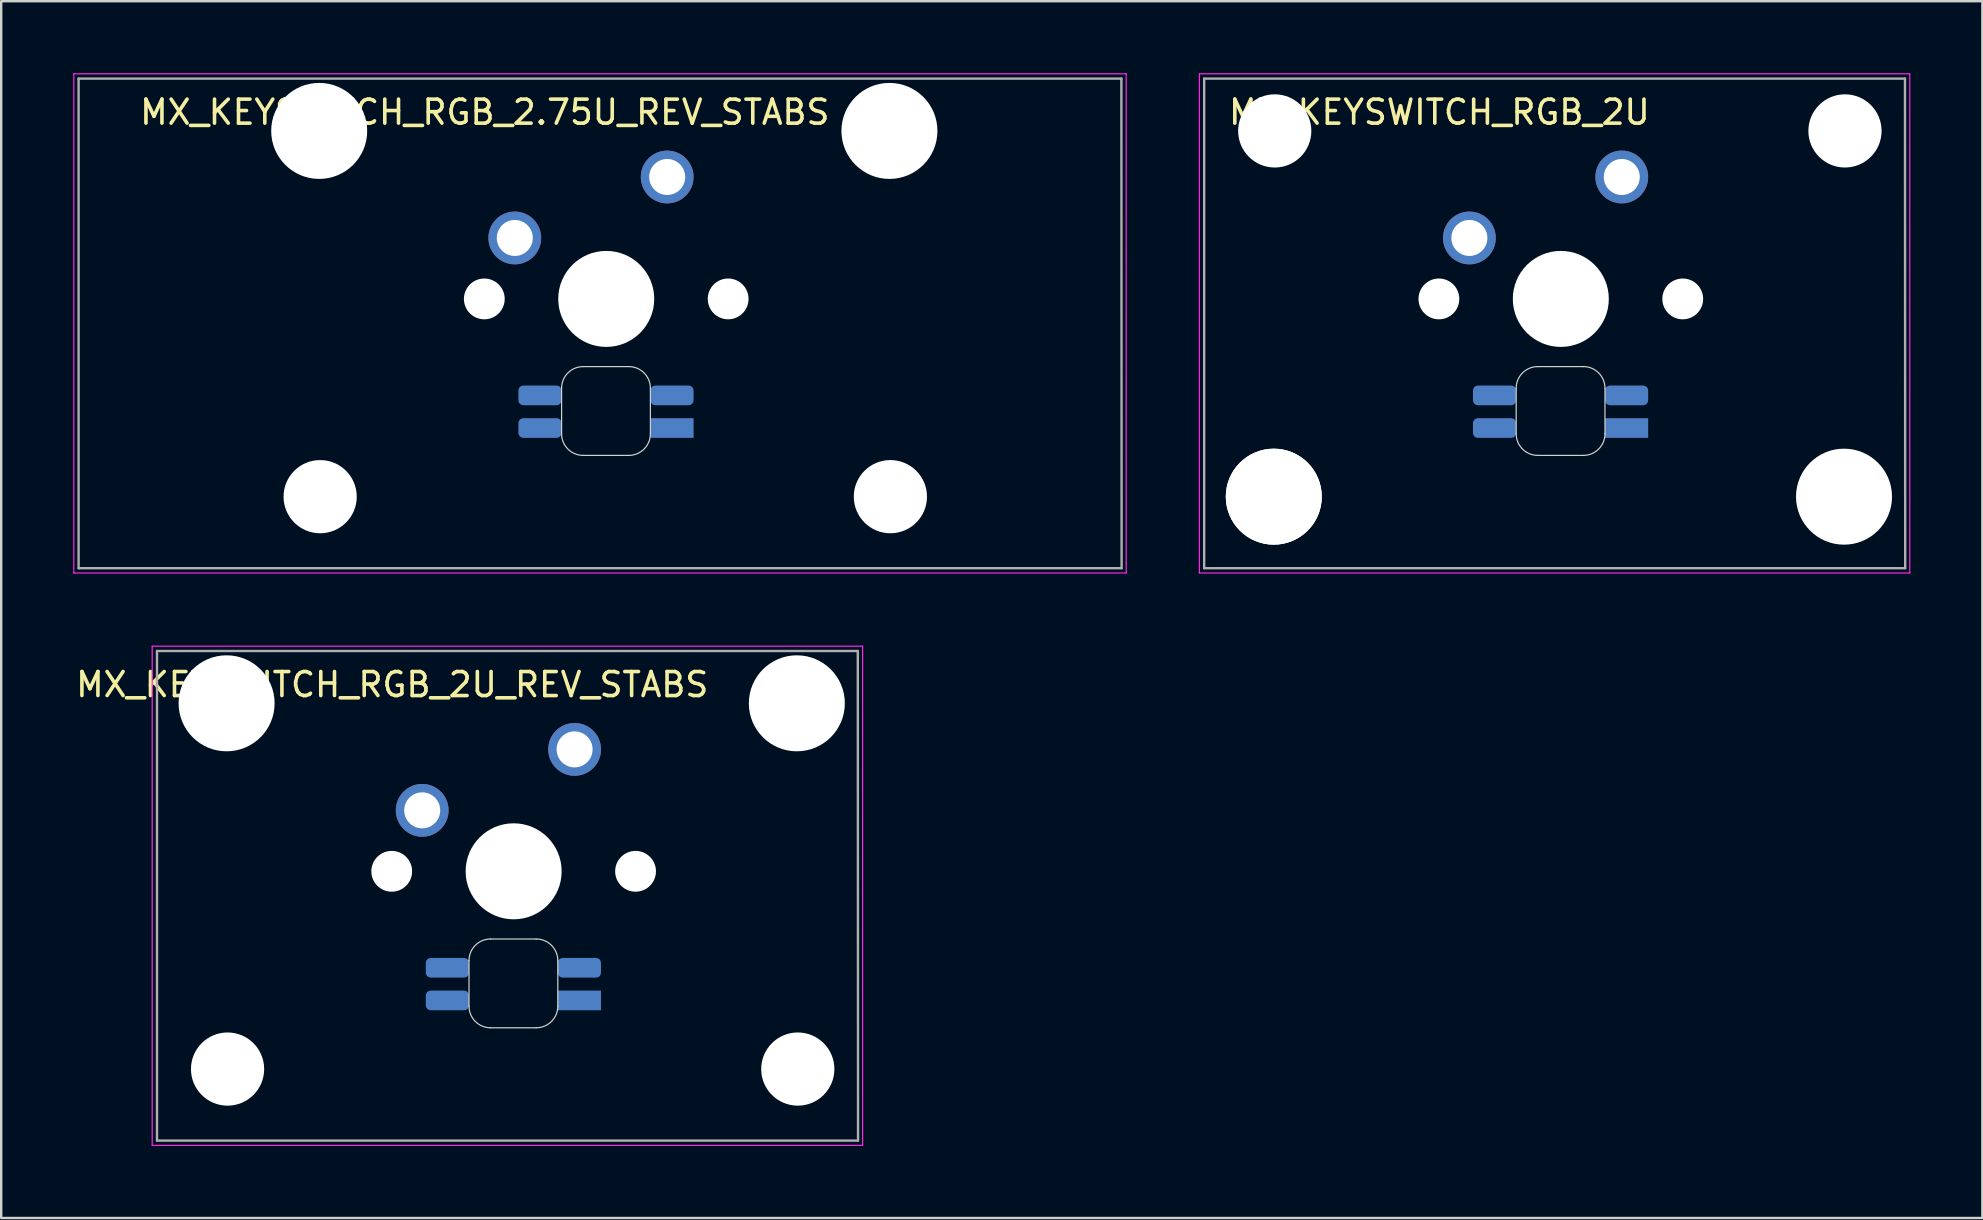
<source format=kicad_pcb>
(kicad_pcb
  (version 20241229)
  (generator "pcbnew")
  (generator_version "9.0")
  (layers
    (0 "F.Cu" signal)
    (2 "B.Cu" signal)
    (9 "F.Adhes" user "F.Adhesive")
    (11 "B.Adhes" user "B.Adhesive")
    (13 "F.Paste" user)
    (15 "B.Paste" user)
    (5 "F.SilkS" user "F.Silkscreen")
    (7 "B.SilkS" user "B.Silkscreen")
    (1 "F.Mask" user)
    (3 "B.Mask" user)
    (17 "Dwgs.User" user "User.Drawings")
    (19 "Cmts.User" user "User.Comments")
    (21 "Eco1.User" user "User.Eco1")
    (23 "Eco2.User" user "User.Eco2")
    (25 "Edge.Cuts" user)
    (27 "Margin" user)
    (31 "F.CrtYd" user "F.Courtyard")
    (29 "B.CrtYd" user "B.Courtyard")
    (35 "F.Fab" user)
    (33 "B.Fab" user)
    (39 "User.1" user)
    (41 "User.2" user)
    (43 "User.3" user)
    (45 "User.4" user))
  (footprint "MX_KEYSWITCH_RGB_2U"
    (layer "F.Cu")
    (at 61.925 9.425)
    (property "Reference" "MX_KEYSWITCH_RGB_2U" (at -5 -7.8 0) (layer "F.SilkS") (effects (font (size 1 1) (thickness 0.15))))
    (attr through_hole)
    (fp_line (start -1.8 3.7) (end -1.8 5.6) (stroke (width 0.05) (type solid)) (layer "Edge.Cuts"))
    (fp_line (start -0.9 6.5) (end 1 6.5) (stroke (width 0.05) (type solid)) (layer "Edge.Cuts"))
    (fp_line (start 1 2.8) (end -0.9 2.8) (stroke (width 0.05) (type solid)) (layer "Edge.Cuts"))
    (fp_line (start 1.9 5.6) (end 1.9 3.7) (stroke (width 0.05) (type solid)) (layer "Edge.Cuts"))
    (fp_arc (start -1.8 3.7) (mid -1.536396 3.063604) (end -0.9 2.8) (stroke (width 0.05) (type solid)) (layer "Edge.Cuts"))
    (fp_arc (start -0.9 6.5) (mid -1.536396 6.236396) (end -1.8 5.6) (stroke (width 0.05) (type solid)) (layer "Edge.Cuts"))
    (fp_arc (start 1 2.8) (mid 1.636396 3.063604) (end 1.9 3.7) (stroke (width 0.05) (type solid)) (layer "Edge.Cuts"))
    (fp_arc (start 1.9 5.6) (mid 1.636396 6.236396) (end 1 6.5) (stroke (width 0.05) (type solid)) (layer "Edge.Cuts"))
    (fp_line (start -15 -9.4) (end 14.6 -9.4) (stroke (width 0.05) (type solid)) (layer "F.CrtYd"))
    (fp_line (start -15 11.4) (end -15 -9.4) (stroke (width 0.05) (type solid)) (layer "F.CrtYd"))
    (fp_line (start 14.6 -9.4) (end 14.6 11.4) (stroke (width 0.05) (type solid)) (layer "F.CrtYd"))
    (fp_line (start 14.6 11.4) (end -15 11.4) (stroke (width 0.05) (type solid)) (layer "F.CrtYd"))
    (fp_line (start -14.8 -9.2) (end 14.4 -9.2) (stroke (width 0.1) (type solid)) (layer "F.Fab"))
    (fp_line (start -14.8 11.2) (end -14.8 -9.2) (stroke (width 0.1) (type solid)) (layer "F.Fab"))
    (fp_line (start 14.4 -9.2) (end 14.41 11.2) (stroke (width 0.1) (type solid)) (layer "F.Fab"))
    (fp_line (start 14.41 11.2) (end -14.8 11.2) (stroke (width 0.1) (type solid)) (layer "F.Fab"))
    (pad "" np_thru_hole circle (at -11.9 8.22) (size 4 4) (drill 4) (layers "*.Cu" "*.Mask"))
    (pad "" np_thru_hole circle (at -11.9 8.22) (size 4 4) (drill 4) (layers "*.Cu" "*.Mask"))
    (pad "" np_thru_hole circle (at -11.86 -7.02) (size 3.05 3.05) (drill 3.05) (layers "*.Cu" "*.Mask"))
    (pad "" np_thru_hole circle (at -5.02 -0.02) (size 1.7 1.7) (drill 1.7) (layers "*.Cu" "*.Mask"))
    (pad "" np_thru_hole circle (at 0.06 -0.02) (size 4 4) (drill 4) (layers "*.Cu" "*.Mask"))
    (pad "" np_thru_hole circle (at 5.14 -0.02) (size 1.7 1.7) (drill 1.7) (layers "*.Cu" "*.Mask"))
    (pad "" np_thru_hole circle (at 11.86 8.22) (size 4 4) (drill 4) (layers "*.Cu" "*.Mask"))
    (pad "" np_thru_hole circle (at 11.9 -7.02) (size 3.05 3.05) (drill 3.05) (layers "*.Cu" "*.Mask"))
    (pad "1" thru_hole circle (at 2.6 -5.1) (size 2.2 2.2) (drill 1.5) (layers "*.Cu" "*.Mask"))
    (pad "2" thru_hole circle (at -3.75 -2.56) (size 2.2 2.2) (drill 1.5) (layers "*.Cu" "*.Mask"))
    (pad "3" smd roundrect (at 2.8 4) (size 1.8 0.82) (layers "B.Cu" "B.Mask" "B.Paste") (roundrect_rratio 0.25))
    (pad "4" smd roundrect (at -2.7 5.36) (size 1.8 0.82) (layers "B.Cu" "B.Mask" "B.Paste") (roundrect_rratio 0.25))
    (pad "5" smd roundrect (at -2.7 4) (size 1.8 0.82) (layers "B.Cu" "B.Mask" "B.Paste") (roundrect_rratio 0.25))
    (pad "6" smd rect (at 2.8 5.36) (size 1.8 0.82) (layers "B.Cu" "B.Mask" "B.Paste")))
  (footprint "MX_KEYSWITCH_RGB_2.75U_REV_STABS"
    (layer "F.Cu")
    (at 22.15 9.425)
    (property "Reference" "MX_KEYSWITCH_RGB_2.75U_REV_STABS" (at -5 -7.8 0) (layer "F.SilkS") (effects (font (size 1 1) (thickness 0.15))))
    (attr through_hole)
    (fp_line (start -1.8 3.7) (end -1.8 5.6) (stroke (width 0.05) (type solid)) (layer "Edge.Cuts"))
    (fp_line (start -0.9 6.5) (end 1 6.5) (stroke (width 0.05) (type solid)) (layer "Edge.Cuts"))
    (fp_line (start 1 2.8) (end -0.9 2.8) (stroke (width 0.05) (type solid)) (layer "Edge.Cuts"))
    (fp_line (start 1.9 5.6) (end 1.9 3.7) (stroke (width 0.05) (type solid)) (layer "Edge.Cuts"))
    (fp_arc (start -1.8 3.7) (mid -1.536396 3.063604) (end -0.9 2.8) (stroke (width 0.05) (type solid)) (layer "Edge.Cuts"))
    (fp_arc (start -0.9 6.5) (mid -1.536396 6.236396) (end -1.8 5.6) (stroke (width 0.05) (type solid)) (layer "Edge.Cuts"))
    (fp_arc (start 1 2.8) (mid 1.636396 3.063604) (end 1.9 3.7) (stroke (width 0.05) (type solid)) (layer "Edge.Cuts"))
    (fp_arc (start 1.9 5.6) (mid 1.636396 6.236396) (end 1 6.5) (stroke (width 0.05) (type solid)) (layer "Edge.Cuts"))
    (fp_line (start -22.125 -9.4) (end 21.725 -9.4) (stroke (width 0.05) (type solid)) (layer "F.CrtYd"))
    (fp_line (start -22.125 11.4) (end -22.125 -9.4) (stroke (width 0.05) (type solid)) (layer "F.CrtYd"))
    (fp_line (start 21.725 -9.4) (end 21.725 11.4) (stroke (width 0.05) (type solid)) (layer "F.CrtYd"))
    (fp_line (start 21.725 11.4) (end -22.125 11.4) (stroke (width 0.05) (type solid)) (layer "F.CrtYd"))
    (fp_line (start -21.925 -9.2) (end 21.525 -9.2) (stroke (width 0.1) (type solid)) (layer "F.Fab"))
    (fp_line (start -21.925 11.2) (end -21.925 -9.2) (stroke (width 0.1) (type solid)) (layer "F.Fab"))
    (fp_line (start 21.525 -9.2) (end 21.535 11.2) (stroke (width 0.1) (type solid)) (layer "F.Fab"))
    (fp_line (start 21.535 11.2) (end -21.925 11.2) (stroke (width 0.1) (type solid)) (layer "F.Fab"))
    (pad "" np_thru_hole circle (at -11.9 -7.02) (size 4 4) (drill 4) (layers "*.Cu" "*.Mask"))
    (pad "" np_thru_hole circle (at -11.86 8.22) (size 3.05 3.05) (drill 3.05) (layers "*.Cu" "*.Mask"))
    (pad "" np_thru_hole circle (at -5.02 -0.02) (size 1.7 1.7) (drill 1.7) (layers "*.Cu" "*.Mask"))
    (pad "" np_thru_hole circle (at 0.06 -0.02) (size 4 4) (drill 4) (layers "*.Cu" "*.Mask"))
    (pad "" np_thru_hole circle (at 5.14 -0.02) (size 1.7 1.7) (drill 1.7) (layers "*.Cu" "*.Mask"))
    (pad "" np_thru_hole circle (at 11.86 -7.02) (size 4 4) (drill 4) (layers "*.Cu" "*.Mask"))
    (pad "" np_thru_hole circle (at 11.9 8.22) (size 3.05 3.05) (drill 3.05) (layers "*.Cu" "*.Mask"))
    (pad "1" thru_hole circle (at 2.6 -5.1) (size 2.2 2.2) (drill 1.5) (layers "*.Cu" "*.Mask"))
    (pad "2" thru_hole circle (at -3.75 -2.56) (size 2.2 2.2) (drill 1.5) (layers "*.Cu" "*.Mask"))
    (pad "3" smd roundrect (at 2.8 4) (size 1.8 0.82) (layers "B.Cu" "B.Mask" "B.Paste") (roundrect_rratio 0.25))
    (pad "4" smd roundrect (at -2.7 5.36) (size 1.8 0.82) (layers "B.Cu" "B.Mask" "B.Paste") (roundrect_rratio 0.25))
    (pad "5" smd roundrect (at -2.7 4) (size 1.8 0.82) (layers "B.Cu" "B.Mask" "B.Paste") (roundrect_rratio 0.25))
    (pad "6" smd rect (at 2.8 5.36) (size 1.8 0.82) (layers "B.Cu" "B.Mask" "B.Paste")))
  (footprint "MX_KEYSWITCH_RGB_2U_REV_STABS"
    (layer "F.Cu")
    (at 18.292 33.275)
    (property "Reference" "MX_KEYSWITCH_RGB_2U_REV_STABS" (at -5 -7.8 0) (layer "F.SilkS") (effects (font (size 1 1) (thickness 0.15))))
    (attr through_hole)
    (fp_line (start -1.8 3.7) (end -1.8 5.6) (stroke (width 0.05) (type solid)) (layer "Edge.Cuts"))
    (fp_line (start -0.9 6.5) (end 1 6.5) (stroke (width 0.05) (type solid)) (layer "Edge.Cuts"))
    (fp_line (start 1 2.8) (end -0.9 2.8) (stroke (width 0.05) (type solid)) (layer "Edge.Cuts"))
    (fp_line (start 1.9 5.6) (end 1.9 3.7) (stroke (width 0.05) (type solid)) (layer "Edge.Cuts"))
    (fp_arc (start -1.8 3.7) (mid -1.536396 3.063604) (end -0.9 2.8) (stroke (width 0.05) (type solid)) (layer "Edge.Cuts"))
    (fp_arc (start -0.9 6.5) (mid -1.536396 6.236396) (end -1.8 5.6) (stroke (width 0.05) (type solid)) (layer "Edge.Cuts"))
    (fp_arc (start 1 2.8) (mid 1.636396 3.063604) (end 1.9 3.7) (stroke (width 0.05) (type solid)) (layer "Edge.Cuts"))
    (fp_arc (start 1.9 5.6) (mid 1.636396 6.236396) (end 1 6.5) (stroke (width 0.05) (type solid)) (layer "Edge.Cuts"))
    (fp_line (start -15 -9.4) (end 14.6 -9.4) (stroke (width 0.05) (type solid)) (layer "F.CrtYd"))
    (fp_line (start -15 11.4) (end -15 -9.4) (stroke (width 0.05) (type solid)) (layer "F.CrtYd"))
    (fp_line (start 14.6 -9.4) (end 14.6 11.4) (stroke (width 0.05) (type solid)) (layer "F.CrtYd"))
    (fp_line (start 14.6 11.4) (end -15 11.4) (stroke (width 0.05) (type solid)) (layer "F.CrtYd"))
    (fp_line (start -14.8 -9.2) (end 14.4 -9.2) (stroke (width 0.1) (type solid)) (layer "F.Fab"))
    (fp_line (start -14.8 11.2) (end -14.8 -9.2) (stroke (width 0.1) (type solid)) (layer "F.Fab"))
    (fp_line (start 14.4 -9.2) (end 14.41 11.2) (stroke (width 0.1) (type solid)) (layer "F.Fab"))
    (fp_line (start 14.41 11.2) (end -14.8 11.2) (stroke (width 0.1) (type solid)) (layer "F.Fab"))
    (pad "" np_thru_hole circle (at -11.9 -7.02) (size 4 4) (drill 4) (layers "*.Cu" "*.Mask"))
    (pad "" np_thru_hole circle (at -11.86 8.22) (size 3.05 3.05) (drill 3.05) (layers "*.Cu" "*.Mask"))
    (pad "" np_thru_hole circle (at -5.02 -0.02) (size 1.7 1.7) (drill 1.7) (layers "*.Cu" "*.Mask"))
    (pad "" np_thru_hole circle (at 0.06 -0.02) (size 4 4) (drill 4) (layers "*.Cu" "*.Mask"))
    (pad "" np_thru_hole circle (at 5.14 -0.02) (size 1.7 1.7) (drill 1.7) (layers "*.Cu" "*.Mask"))
    (pad "" np_thru_hole circle (at 11.86 -7.02) (size 4 4) (drill 4) (layers "*.Cu" "*.Mask"))
    (pad "" np_thru_hole circle (at 11.9 8.22) (size 3.05 3.05) (drill 3.05) (layers "*.Cu" "*.Mask"))
    (pad "1" thru_hole circle (at 2.6 -5.1) (size 2.2 2.2) (drill 1.5) (layers "*.Cu" "*.Mask"))
    (pad "2" thru_hole circle (at -3.75 -2.56) (size 2.2 2.2) (drill 1.5) (layers "*.Cu" "*.Mask"))
    (pad "3" smd roundrect (at 2.8 4) (size 1.8 0.82) (layers "B.Cu" "B.Mask" "B.Paste") (roundrect_rratio 0.25))
    (pad "4" smd roundrect (at -2.7 5.36) (size 1.8 0.82) (layers "B.Cu" "B.Mask" "B.Paste") (roundrect_rratio 0.25))
    (pad "5" smd roundrect (at -2.7 4) (size 1.8 0.82) (layers "B.Cu" "B.Mask" "B.Paste") (roundrect_rratio 0.25))
    (pad "6" smd rect (at 2.8 5.36) (size 1.8 0.82) (layers "B.Cu" "B.Mask" "B.Paste")))
  (gr_rect
    (start -3 -3)
    (end 79.55 47.7)
    (stroke (width 0.1) (type default))
    (fill no)
    (layer "Edge.Cuts")))
</source>
